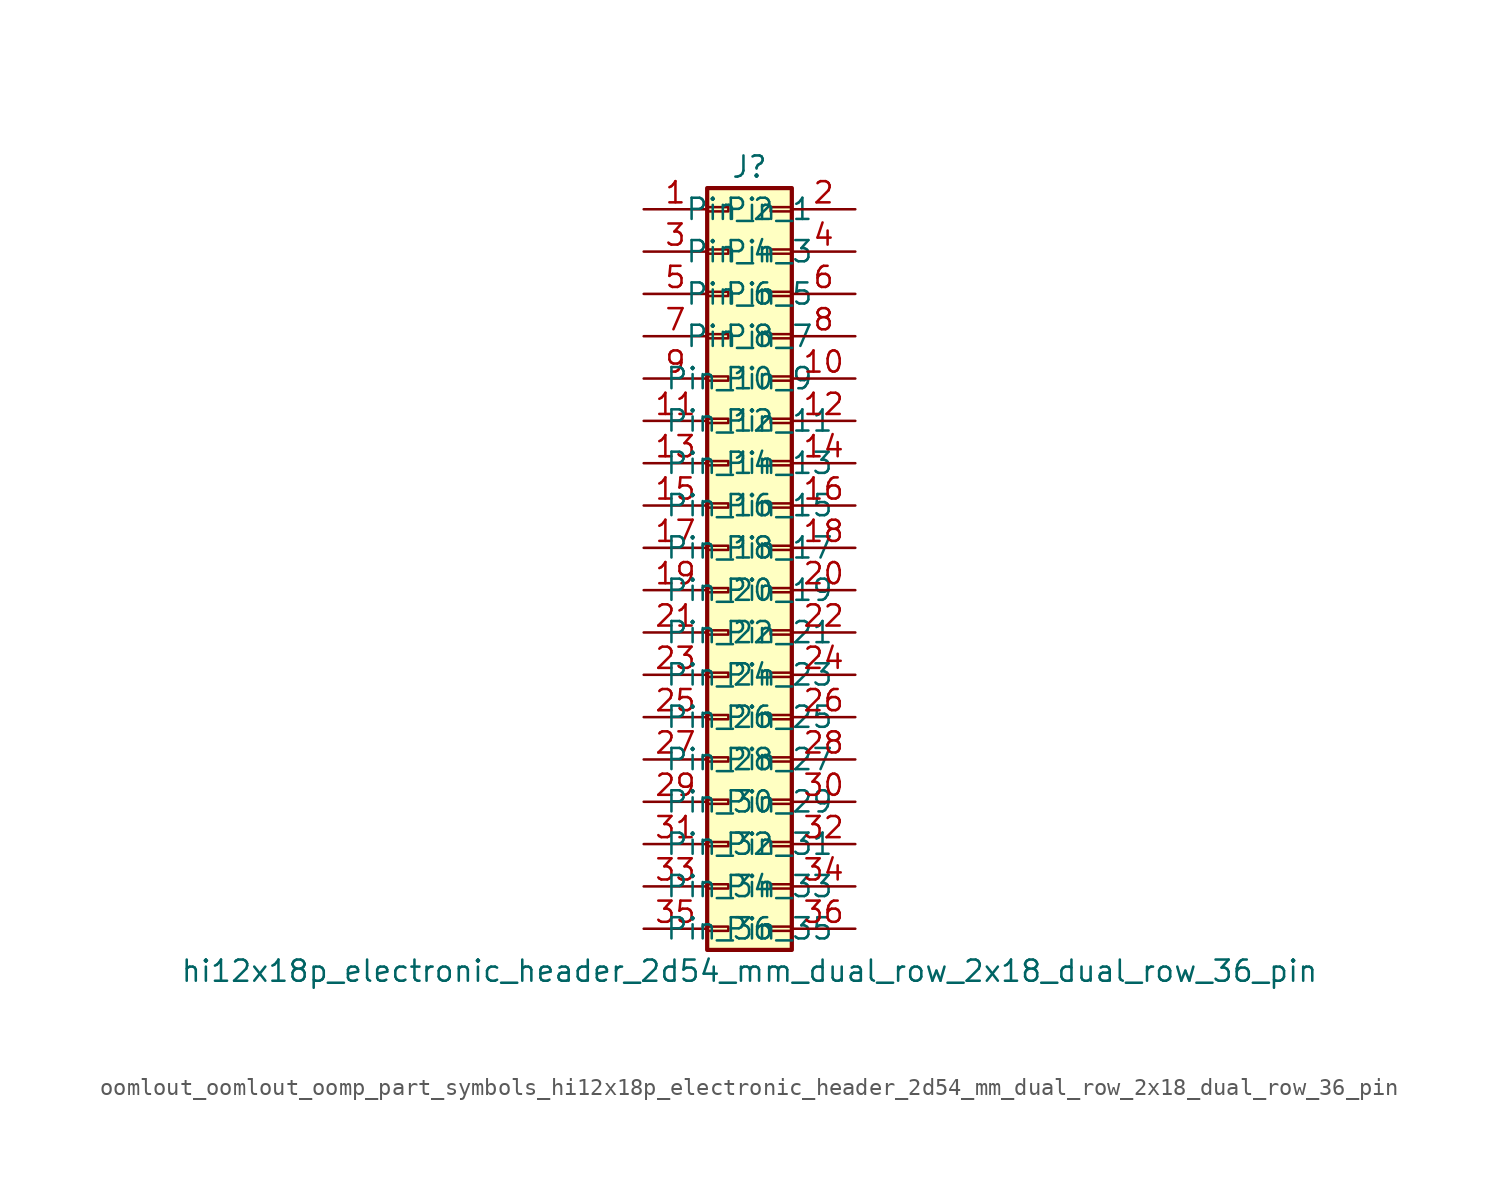
<source format=kicad_sym>
(kicad_symbol_lib
  (version 20220914)
  (generator kicad_symbol_editor)
  (symbol "oomlout_oomlout_oomp_part_symbols_hi12x18p_electronic_header_2d54_mm_dual_row_2x18_dual_row_36_pin"
    (pin_names
      (offset 1.016))
    (property "Reference" "J"
      (at 1.27 22.86 0)
      (effects (font (size 1.27 1.27))))
    (property "Value" "hi12x18p_electronic_header_2d54_mm_dual_row_2x18_dual_row_36_pin"
      (at 1.27 -25.4 0)
      (effects (font (size 1.27 1.27))))
    (symbol "oomlout_oomlout_oomp_part_symbols_hi12x18p_electronic_header_2d54_mm_dual_row_2x18_dual_row_36_pin_1_1"
      (rectangle (start -1.27 -22.733) (end 0 -22.987) (stroke (width 0.152) (type default)) (fill (type none)))
      (rectangle (start -1.27 -20.193) (end 0 -20.447) (stroke (width 0.152) (type default)) (fill (type none)))
      (rectangle (start -1.27 -17.653) (end 0 -17.907) (stroke (width 0.152) (type default)) (fill (type none)))
      (rectangle (start -1.27 -15.113) (end 0 -15.367) (stroke (width 0.152) (type default)) (fill (type none)))
      (rectangle (start -1.27 -12.573) (end 0 -12.827) (stroke (width 0.152) (type default)) (fill (type none)))
      (rectangle (start -1.27 -10.033) (end 0 -10.287) (stroke (width 0.152) (type default)) (fill (type none)))
      (rectangle (start -1.27 -7.493) (end 0 -7.747) (stroke (width 0.152) (type default)) (fill (type none)))
      (rectangle (start -1.27 -4.953) (end 0 -5.207) (stroke (width 0.152) (type default)) (fill (type none)))
      (rectangle (start -1.27 -2.413) (end 0 -2.667) (stroke (width 0.152) (type default)) (fill (type none)))
      (rectangle (start -1.27 0.127) (end 0 -0.127) (stroke (width 0.152) (type default)) (fill (type none)))
      (rectangle (start -1.27 2.667) (end 0 2.413) (stroke (width 0.152) (type default)) (fill (type none)))
      (rectangle (start -1.27 5.207) (end 0 4.953) (stroke (width 0.152) (type default)) (fill (type none)))
      (rectangle (start -1.27 7.747) (end 0 7.493) (stroke (width 0.152) (type default)) (fill (type none)))
      (rectangle (start -1.27 10.287) (end 0 10.033) (stroke (width 0.152) (type default)) (fill (type none)))
      (rectangle (start -1.27 12.827) (end 0 12.573) (stroke (width 0.152) (type default)) (fill (type none)))
      (rectangle (start -1.27 15.367) (end 0 15.113) (stroke (width 0.152) (type default)) (fill (type none)))
      (rectangle (start -1.27 17.907) (end 0 17.653) (stroke (width 0.152) (type default)) (fill (type none)))
      (rectangle (start -1.27 20.447) (end 0 20.193) (stroke (width 0.152) (type default)) (fill (type none)))
      (rectangle (start -1.27 21.59) (end 3.81 -24.13) (stroke (width 0.254) (type default)) (fill (type background)))
      (rectangle (start 3.81 -22.733) (end 2.54 -22.987) (stroke (width 0.152) (type default)) (fill (type none)))
      (rectangle (start 3.81 -20.193) (end 2.54 -20.447) (stroke (width 0.152) (type default)) (fill (type none)))
      (rectangle (start 3.81 -17.653) (end 2.54 -17.907) (stroke (width 0.152) (type default)) (fill (type none)))
      (rectangle (start 3.81 -15.113) (end 2.54 -15.367) (stroke (width 0.152) (type default)) (fill (type none)))
      (rectangle (start 3.81 -12.573) (end 2.54 -12.827) (stroke (width 0.152) (type default)) (fill (type none)))
      (rectangle (start 3.81 -10.033) (end 2.54 -10.287) (stroke (width 0.152) (type default)) (fill (type none)))
      (rectangle (start 3.81 -7.493) (end 2.54 -7.747) (stroke (width 0.152) (type default)) (fill (type none)))
      (rectangle (start 3.81 -4.953) (end 2.54 -5.207) (stroke (width 0.152) (type default)) (fill (type none)))
      (rectangle (start 3.81 -2.413) (end 2.54 -2.667) (stroke (width 0.152) (type default)) (fill (type none)))
      (rectangle (start 3.81 0.127) (end 2.54 -0.127) (stroke (width 0.152) (type default)) (fill (type none)))
      (rectangle (start 3.81 2.667) (end 2.54 2.413) (stroke (width 0.152) (type default)) (fill (type none)))
      (rectangle (start 3.81 5.207) (end 2.54 4.953) (stroke (width 0.152) (type default)) (fill (type none)))
      (rectangle (start 3.81 7.747) (end 2.54 7.493) (stroke (width 0.152) (type default)) (fill (type none)))
      (rectangle (start 3.81 10.287) (end 2.54 10.033) (stroke (width 0.152) (type default)) (fill (type none)))
      (rectangle (start 3.81 12.827) (end 2.54 12.573) (stroke (width 0.152) (type default)) (fill (type none)))
      (rectangle (start 3.81 15.367) (end 2.54 15.113) (stroke (width 0.152) (type default)) (fill (type none)))
      (rectangle (start 3.81 17.907) (end 2.54 17.653) (stroke (width 0.152) (type default)) (fill (type none)))
      (rectangle (start 3.81 20.447) (end 2.54 20.193) (stroke (width 0.152) (type default)) (fill (type none)))
      (pin passive line (at -5.08 20.32 0) (length 3.81) (name "Pin_1" (effects (font (size 1.27 1.27)))) (number "1" (effects (font (size 1.27 1.27)))))
      (pin passive line (at 7.62 10.16 180) (length 3.81) (name "Pin_10" (effects (font (size 1.27 1.27)))) (number "10" (effects (font (size 1.27 1.27)))))
      (pin passive line (at -5.08 7.62 0) (length 3.81) (name "Pin_11" (effects (font (size 1.27 1.27)))) (number "11" (effects (font (size 1.27 1.27)))))
      (pin passive line (at 7.62 7.62 180) (length 3.81) (name "Pin_12" (effects (font (size 1.27 1.27)))) (number "12" (effects (font (size 1.27 1.27)))))
      (pin passive line (at -5.08 5.08 0) (length 3.81) (name "Pin_13" (effects (font (size 1.27 1.27)))) (number "13" (effects (font (size 1.27 1.27)))))
      (pin passive line (at 7.62 5.08 180) (length 3.81) (name "Pin_14" (effects (font (size 1.27 1.27)))) (number "14" (effects (font (size 1.27 1.27)))))
      (pin passive line (at -5.08 2.54 0) (length 3.81) (name "Pin_15" (effects (font (size 1.27 1.27)))) (number "15" (effects (font (size 1.27 1.27)))))
      (pin passive line (at 7.62 2.54 180) (length 3.81) (name "Pin_16" (effects (font (size 1.27 1.27)))) (number "16" (effects (font (size 1.27 1.27)))))
      (pin passive line (at -5.08 0 0) (length 3.81) (name "Pin_17" (effects (font (size 1.27 1.27)))) (number "17" (effects (font (size 1.27 1.27)))))
      (pin passive line (at 7.62 0 180) (length 3.81) (name "Pin_18" (effects (font (size 1.27 1.27)))) (number "18" (effects (font (size 1.27 1.27)))))
      (pin passive line (at -5.08 -2.54 0) (length 3.81) (name "Pin_19" (effects (font (size 1.27 1.27)))) (number "19" (effects (font (size 1.27 1.27)))))
      (pin passive line (at 7.62 20.32 180) (length 3.81) (name "Pin_2" (effects (font (size 1.27 1.27)))) (number "2" (effects (font (size 1.27 1.27)))))
      (pin passive line (at 7.62 -2.54 180) (length 3.81) (name "Pin_20" (effects (font (size 1.27 1.27)))) (number "20" (effects (font (size 1.27 1.27)))))
      (pin passive line (at -5.08 -5.08 0) (length 3.81) (name "Pin_21" (effects (font (size 1.27 1.27)))) (number "21" (effects (font (size 1.27 1.27)))))
      (pin passive line (at 7.62 -5.08 180) (length 3.81) (name "Pin_22" (effects (font (size 1.27 1.27)))) (number "22" (effects (font (size 1.27 1.27)))))
      (pin passive line (at -5.08 -7.62 0) (length 3.81) (name "Pin_23" (effects (font (size 1.27 1.27)))) (number "23" (effects (font (size 1.27 1.27)))))
      (pin passive line (at 7.62 -7.62 180) (length 3.81) (name "Pin_24" (effects (font (size 1.27 1.27)))) (number "24" (effects (font (size 1.27 1.27)))))
      (pin passive line (at -5.08 -10.16 0) (length 3.81) (name "Pin_25" (effects (font (size 1.27 1.27)))) (number "25" (effects (font (size 1.27 1.27)))))
      (pin passive line (at 7.62 -10.16 180) (length 3.81) (name "Pin_26" (effects (font (size 1.27 1.27)))) (number "26" (effects (font (size 1.27 1.27)))))
      (pin passive line (at -5.08 -12.7 0) (length 3.81) (name "Pin_27" (effects (font (size 1.27 1.27)))) (number "27" (effects (font (size 1.27 1.27)))))
      (pin passive line (at 7.62 -12.7 180) (length 3.81) (name "Pin_28" (effects (font (size 1.27 1.27)))) (number "28" (effects (font (size 1.27 1.27)))))
      (pin passive line (at -5.08 -15.24 0) (length 3.81) (name "Pin_29" (effects (font (size 1.27 1.27)))) (number "29" (effects (font (size 1.27 1.27)))))
      (pin passive line (at -5.08 17.78 0) (length 3.81) (name "Pin_3" (effects (font (size 1.27 1.27)))) (number "3" (effects (font (size 1.27 1.27)))))
      (pin passive line (at 7.62 -15.24 180) (length 3.81) (name "Pin_30" (effects (font (size 1.27 1.27)))) (number "30" (effects (font (size 1.27 1.27)))))
      (pin passive line (at -5.08 -17.78 0) (length 3.81) (name "Pin_31" (effects (font (size 1.27 1.27)))) (number "31" (effects (font (size 1.27 1.27)))))
      (pin passive line (at 7.62 -17.78 180) (length 3.81) (name "Pin_32" (effects (font (size 1.27 1.27)))) (number "32" (effects (font (size 1.27 1.27)))))
      (pin passive line (at -5.08 -20.32 0) (length 3.81) (name "Pin_33" (effects (font (size 1.27 1.27)))) (number "33" (effects (font (size 1.27 1.27)))))
      (pin passive line (at 7.62 -20.32 180) (length 3.81) (name "Pin_34" (effects (font (size 1.27 1.27)))) (number "34" (effects (font (size 1.27 1.27)))))
      (pin passive line (at -5.08 -22.86 0) (length 3.81) (name "Pin_35" (effects (font (size 1.27 1.27)))) (number "35" (effects (font (size 1.27 1.27)))))
      (pin passive line (at 7.62 -22.86 180) (length 3.81) (name "Pin_36" (effects (font (size 1.27 1.27)))) (number "36" (effects (font (size 1.27 1.27)))))
      (pin passive line (at 7.62 17.78 180) (length 3.81) (name "Pin_4" (effects (font (size 1.27 1.27)))) (number "4" (effects (font (size 1.27 1.27)))))
      (pin passive line (at -5.08 15.24 0) (length 3.81) (name "Pin_5" (effects (font (size 1.27 1.27)))) (number "5" (effects (font (size 1.27 1.27)))))
      (pin passive line (at 7.62 15.24 180) (length 3.81) (name "Pin_6" (effects (font (size 1.27 1.27)))) (number "6" (effects (font (size 1.27 1.27)))))
      (pin passive line (at -5.08 12.7 0) (length 3.81) (name "Pin_7" (effects (font (size 1.27 1.27)))) (number "7" (effects (font (size 1.27 1.27)))))
      (pin passive line (at 7.62 12.7 180) (length 3.81) (name "Pin_8" (effects (font (size 1.27 1.27)))) (number "8" (effects (font (size 1.27 1.27)))))
      (pin passive line (at -5.08 10.16 0) (length 3.81) (name "Pin_9" (effects (font (size 1.27 1.27)))) (number "9" (effects (font (size 1.27 1.27))))))))
</source>
